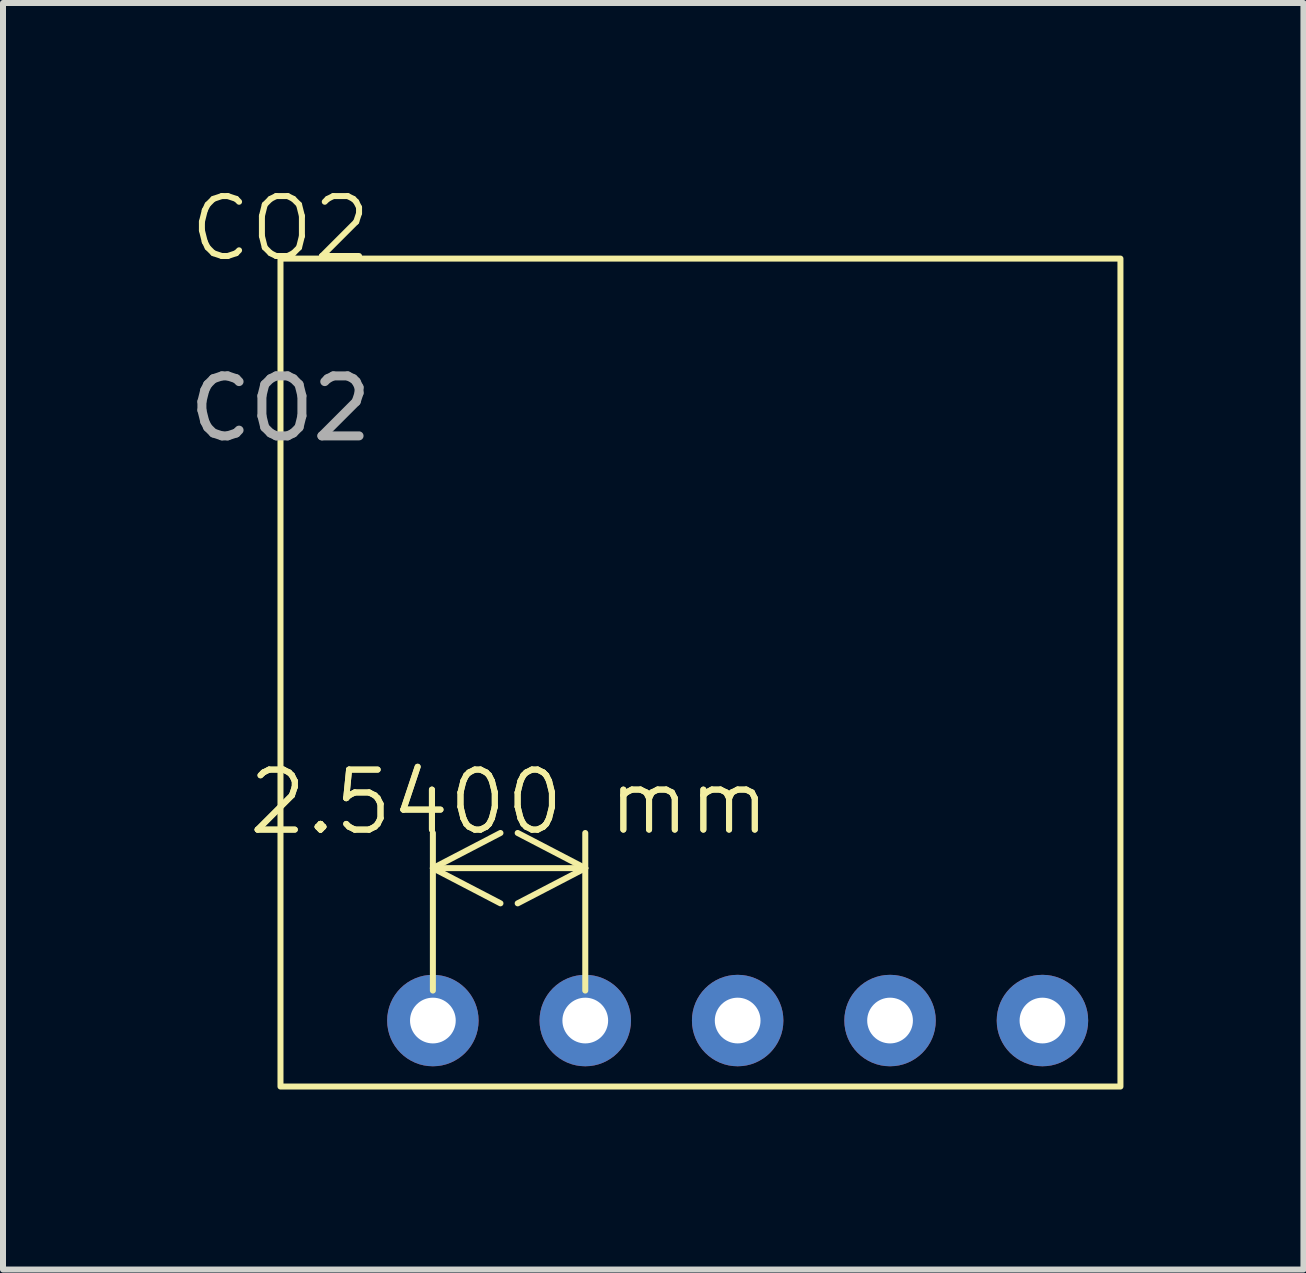
<source format=kicad_pcb>
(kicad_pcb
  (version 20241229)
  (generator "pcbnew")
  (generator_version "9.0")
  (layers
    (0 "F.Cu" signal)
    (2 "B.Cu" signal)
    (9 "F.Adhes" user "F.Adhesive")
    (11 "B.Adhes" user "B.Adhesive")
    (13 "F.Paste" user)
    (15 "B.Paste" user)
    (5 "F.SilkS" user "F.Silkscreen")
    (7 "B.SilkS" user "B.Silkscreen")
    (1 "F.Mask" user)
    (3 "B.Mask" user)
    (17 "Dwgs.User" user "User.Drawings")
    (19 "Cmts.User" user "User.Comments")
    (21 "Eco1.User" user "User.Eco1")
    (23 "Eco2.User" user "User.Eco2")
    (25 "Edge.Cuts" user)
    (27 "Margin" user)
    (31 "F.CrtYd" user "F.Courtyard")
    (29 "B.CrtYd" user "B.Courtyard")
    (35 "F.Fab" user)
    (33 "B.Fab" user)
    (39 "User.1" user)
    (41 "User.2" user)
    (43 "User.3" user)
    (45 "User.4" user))
  (footprint "CO2"
    (layer "F.Cu")
    (at 1.625 1.26)
    (property "Reference" "CO2" (at 0 -0.5 0) (unlocked yes) (layer "F.SilkS") (effects (font (size 1 1) (thickness 0.1))))
    (attr through_hole)
    (fp_rect (start 0 0) (end 14 13.8) (stroke (width 0.1) (type default)) (fill no) (layer "F.SilkS"))
    (fp_text user "${REFERENCE}" (at 0 2.5 0) (unlocked yes) (layer "F.Fab") (effects (font (size 1 1) (thickness 0.15))))
    (dimension (type aligned) (layer "F.SilkS") (pts (xy 4.165 13.96) (xy 6.705 13.96)) (height -2.54) (format (prefix "") (suffix "") (units 3) (units_format 1) (precision 4)) (style (thickness 0.1) (arrow_length 1.27) (text_position_mode 0) (arrow_direction outward) (extension_height 0.586) (extension_offset 0.5) (keep_text_aligned yes)) (gr_text "2.5400 mm" (at 5.435 10.32 0) (layer "F.SilkS") (effects (font (size 1 1) (thickness 0.1)))))
    (pad "1" thru_hole circle (at 2.54 12.7) (size 1.524 1.524) (drill 0.762) (layers "*.Cu" "*.Mask"))
    (pad "2" thru_hole circle (at 5.08 12.7) (size 1.524 1.524) (drill 0.762) (layers "*.Cu" "*.Mask"))
    (pad "3" thru_hole circle (at 7.62 12.7) (size 1.524 1.524) (drill 0.762) (layers "*.Cu" "*.Mask"))
    (pad "4" thru_hole circle (at 10.16 12.7) (size 1.524 1.524) (drill 0.762) (layers "*.Cu" "*.Mask"))
    (pad "5" thru_hole circle (at 12.7 12.7) (size 1.524 1.524) (drill 0.762) (layers "*.Cu" "*.Mask")))
  (gr_rect
    (start -3 -3)
    (end 18.675 18.11)
    (stroke (width 0.1) (type default))
    (fill no)
    (layer "Edge.Cuts")))
</source>
